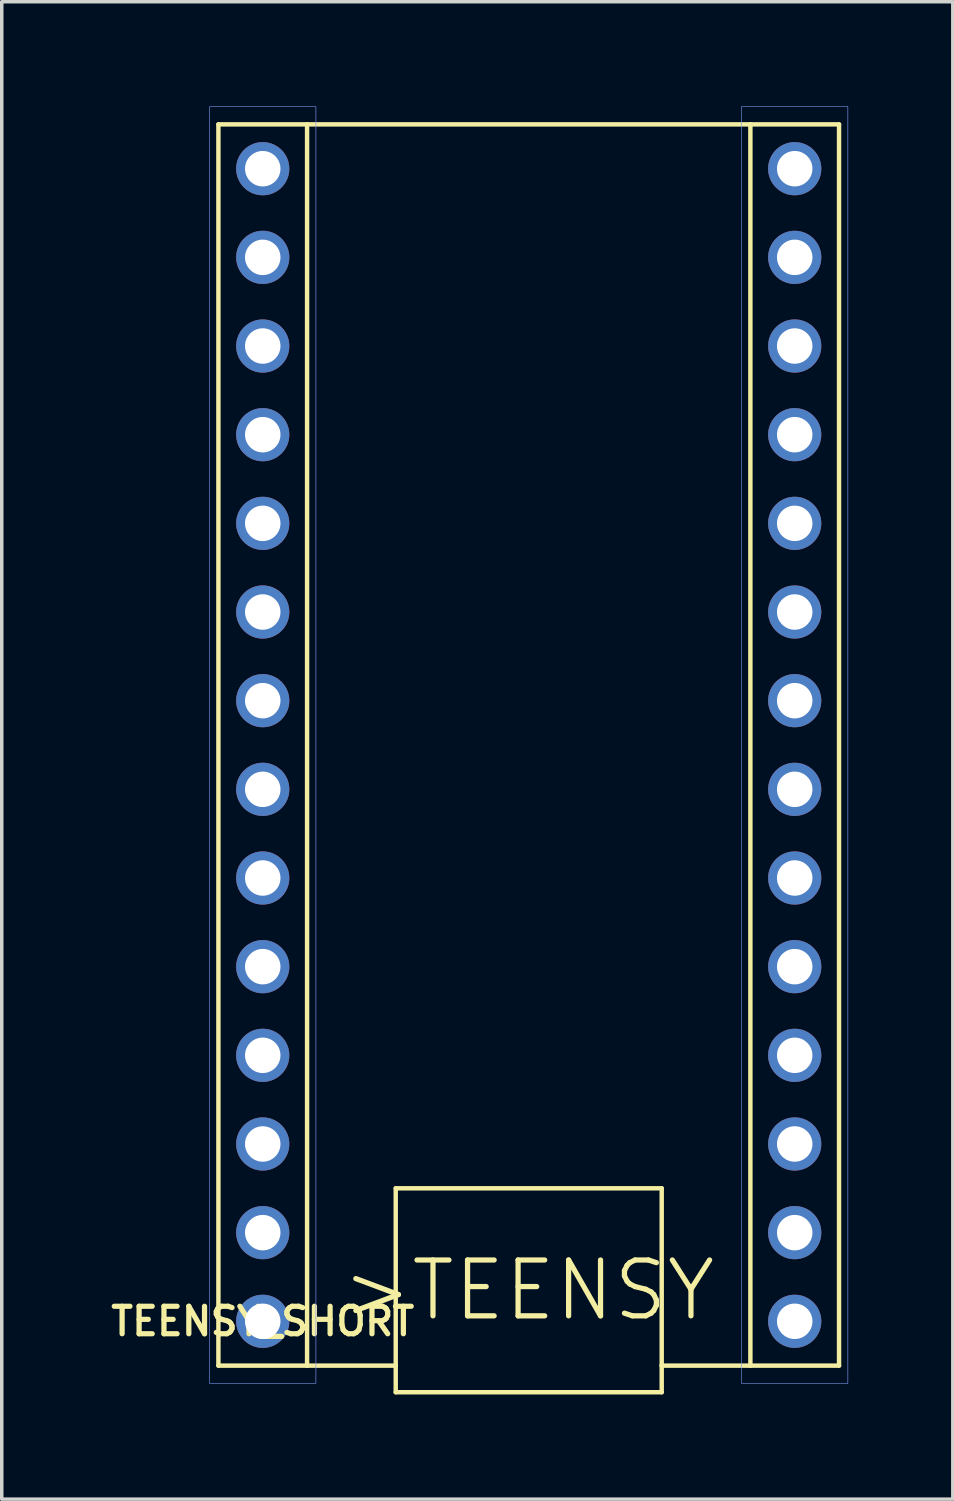
<source format=kicad_pcb>
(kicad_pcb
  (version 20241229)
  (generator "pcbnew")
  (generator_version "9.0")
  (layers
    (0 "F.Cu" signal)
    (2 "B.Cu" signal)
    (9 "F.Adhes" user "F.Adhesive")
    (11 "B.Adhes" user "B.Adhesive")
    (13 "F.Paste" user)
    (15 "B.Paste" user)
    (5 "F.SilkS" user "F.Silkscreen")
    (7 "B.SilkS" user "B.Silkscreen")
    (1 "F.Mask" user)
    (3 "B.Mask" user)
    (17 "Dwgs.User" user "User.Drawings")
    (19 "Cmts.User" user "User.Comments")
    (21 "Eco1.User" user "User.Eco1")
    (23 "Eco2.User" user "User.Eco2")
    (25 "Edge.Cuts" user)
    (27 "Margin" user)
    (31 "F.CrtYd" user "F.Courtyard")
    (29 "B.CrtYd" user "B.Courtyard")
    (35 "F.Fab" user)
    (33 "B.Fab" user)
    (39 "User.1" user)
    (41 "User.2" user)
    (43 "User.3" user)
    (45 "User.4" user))
  (footprint "TEENSY_SHORT"
    (layer "F.Cu")
    (at 4.477 34.803)
    (property "Reference" "TEENSY_SHORT" (at 0 0 0) (layer "F.SilkS") (effects (font (size 0.787 0.787) (thickness 0.15))))
    (attr through_hole)
    (fp_line (start -1.27 -34.29) (end 1.27 -34.29) (stroke (width 0.127) (type solid)) (layer "F.SilkS"))
    (fp_line (start -1.27 1.27) (end -1.27 -34.29) (stroke (width 0.127) (type solid)) (layer "F.SilkS"))
    (fp_line (start -1.27 1.27) (end 1.27 1.27) (stroke (width 0.127) (type solid)) (layer "F.SilkS"))
    (fp_line (start 1.27 -34.29) (end 13.97 -34.29) (stroke (width 0.127) (type solid)) (layer "F.SilkS"))
    (fp_line (start 1.27 1.27) (end 1.27 -34.29) (stroke (width 0.127) (type solid)) (layer "F.SilkS"))
    (fp_line (start 3.81 -3.81) (end 3.81 1.27) (stroke (width 0.127) (type solid)) (layer "F.SilkS"))
    (fp_line (start 3.81 1.27) (end 1.27 1.27) (stroke (width 0.127) (type solid)) (layer "F.SilkS"))
    (fp_line (start 3.81 2.032) (end 3.81 1.27) (stroke (width 0.127) (type solid)) (layer "F.SilkS"))
    (fp_line (start 11.43 -3.81) (end 3.81 -3.81) (stroke (width 0.127) (type solid)) (layer "F.SilkS"))
    (fp_line (start 11.43 1.27) (end 11.43 -3.81) (stroke (width 0.127) (type solid)) (layer "F.SilkS"))
    (fp_line (start 11.43 1.27) (end 11.43 2.032) (stroke (width 0.127) (type solid)) (layer "F.SilkS"))
    (fp_line (start 11.43 2.032) (end 3.81 2.032) (stroke (width 0.127) (type solid)) (layer "F.SilkS"))
    (fp_line (start 13.97 -34.29) (end 13.97 1.27) (stroke (width 0.127) (type solid)) (layer "F.SilkS"))
    (fp_line (start 13.97 1.27) (end 11.43 1.27) (stroke (width 0.127) (type solid)) (layer "F.SilkS"))
    (fp_line (start 16.51 -34.29) (end 13.97 -34.29) (stroke (width 0.127) (type solid)) (layer "F.SilkS"))
    (fp_line (start 16.51 -34.29) (end 16.51 1.27) (stroke (width 0.127) (type solid)) (layer "F.SilkS"))
    (fp_line (start 16.51 1.27) (end 13.97 1.27) (stroke (width 0.127) (type solid)) (layer "F.SilkS"))
    (fp_poly (pts (xy -1.524 -34.798) (xy 1.524 -34.798) (xy 1.524 1.778) (xy -1.524 1.778)) (stroke (width 0.01) (type solid)) (fill no) (layer "B.CrtYd"))
    (fp_poly (pts (xy 13.716 -34.798) (xy 16.764 -34.798) (xy 16.764 1.778) (xy 13.716 1.778)) (stroke (width 0.01) (type solid)) (fill no) (layer "B.CrtYd"))
    (fp_poly (pts (xy -1.524 -34.798) (xy 1.524 -34.798) (xy 1.524 1.778) (xy -1.524 1.778)) (stroke (width 0.01) (type solid)) (fill no) (layer "F.CrtYd"))
    (fp_poly (pts (xy 13.716 -34.798) (xy 16.764 -34.798) (xy 16.764 1.778) (xy 13.716 1.778)) (stroke (width 0.01) (type solid)) (fill no) (layer "F.CrtYd"))
    (fp_text user ">TEENSY" (at 7.62 -0.889 0) (layer "F.SilkS") (effects (font (size 1.6 1.6) (thickness 0.15))))
    (pad "3.3V" thru_hole circle (at 0 -5.08) (size 1.524 1.524) (drill 1.016) (layers "*.Cu" "*.Mask"))
    (pad "AGND/GND" thru_hole circle (at 0 -2.54) (size 1.524 1.524) (drill 1.016) (layers "*.Cu" "*.Mask"))
    (pad "D0" thru_hole circle (at 15.24 -2.54) (size 1.524 1.524) (drill 1.016) (layers "*.Cu" "*.Mask"))
    (pad "D1" thru_hole circle (at 15.24 -5.08) (size 1.524 1.524) (drill 1.016) (layers "*.Cu" "*.Mask"))
    (pad "D2" thru_hole circle (at 15.24 -7.62) (size 1.524 1.524) (drill 1.016) (layers "*.Cu" "*.Mask"))
    (pad "D3" thru_hole circle (at 15.24 -10.16) (size 1.524 1.524) (drill 1.016) (layers "*.Cu" "*.Mask"))
    (pad "D4" thru_hole circle (at 15.24 -12.7) (size 1.524 1.524) (drill 1.016) (layers "*.Cu" "*.Mask"))
    (pad "D5" thru_hole circle (at 15.24 -15.24) (size 1.524 1.524) (drill 1.016) (layers "*.Cu" "*.Mask"))
    (pad "D6" thru_hole circle (at 15.24 -17.78) (size 1.524 1.524) (drill 1.016) (layers "*.Cu" "*.Mask"))
    (pad "D7" thru_hole circle (at 15.24 -20.32) (size 1.524 1.524) (drill 1.016) (layers "*.Cu" "*.Mask"))
    (pad "D8" thru_hole circle (at 15.24 -22.86) (size 1.524 1.524) (drill 1.016) (layers "*.Cu" "*.Mask"))
    (pad "D9" thru_hole circle (at 15.24 -25.4) (size 1.524 1.524) (drill 1.016) (layers "*.Cu" "*.Mask"))
    (pad "D10" thru_hole circle (at 15.24 -27.94) (size 1.524 1.524) (drill 1.016) (layers "*.Cu" "*.Mask"))
    (pad "D11" thru_hole circle (at 15.24 -30.48) (size 1.524 1.524) (drill 1.016) (layers "*.Cu" "*.Mask"))
    (pad "D12" thru_hole circle (at 15.24 -33.02) (size 1.524 1.524) (drill 1.016) (layers "*.Cu" "*.Mask"))
    (pad "D13" thru_hole circle (at 0 -33.02) (size 1.524 1.524) (drill 1.016) (layers "*.Cu" "*.Mask"))
    (pad "D14" thru_hole circle (at 0 -30.48) (size 1.524 1.524) (drill 1.016) (layers "*.Cu" "*.Mask"))
    (pad "D15" thru_hole circle (at 0 -27.94) (size 1.524 1.524) (drill 1.016) (layers "*.Cu" "*.Mask"))
    (pad "D16" thru_hole circle (at 0 -25.4) (size 1.524 1.524) (drill 1.016) (layers "*.Cu" "*.Mask"))
    (pad "D17" thru_hole circle (at 0 -22.86) (size 1.524 1.524) (drill 1.016) (layers "*.Cu" "*.Mask"))
    (pad "D18" thru_hole circle (at 0 -20.32) (size 1.524 1.524) (drill 1.016) (layers "*.Cu" "*.Mask"))
    (pad "D19" thru_hole circle (at 0 -17.78) (size 1.524 1.524) (drill 1.016) (layers "*.Cu" "*.Mask"))
    (pad "D20" thru_hole circle (at 0 -15.24) (size 1.524 1.524) (drill 1.016) (layers "*.Cu" "*.Mask"))
    (pad "D21" thru_hole circle (at 0 -12.7) (size 1.524 1.524) (drill 1.016) (layers "*.Cu" "*.Mask"))
    (pad "D22" thru_hole circle (at 0 -10.16) (size 1.524 1.524) (drill 1.016) (layers "*.Cu" "*.Mask"))
    (pad "D23" thru_hole circle (at 0 -7.62) (size 1.524 1.524) (drill 1.016) (layers "*.Cu" "*.Mask"))
    (pad "GND" thru_hole circle (at 15.24 0) (size 1.524 1.524) (drill 1.016) (layers "*.Cu" "*.Mask"))
    (pad "VIN" thru_hole circle (at 0 0) (size 1.524 1.524) (drill 1.016) (layers "*.Cu" "*.Mask")))
  (gr_rect
    (start -3 -3)
    (end 24.246 39.898)
    (stroke (width 0.1) (type default))
    (fill no)
    (layer "Edge.Cuts")))
</source>
